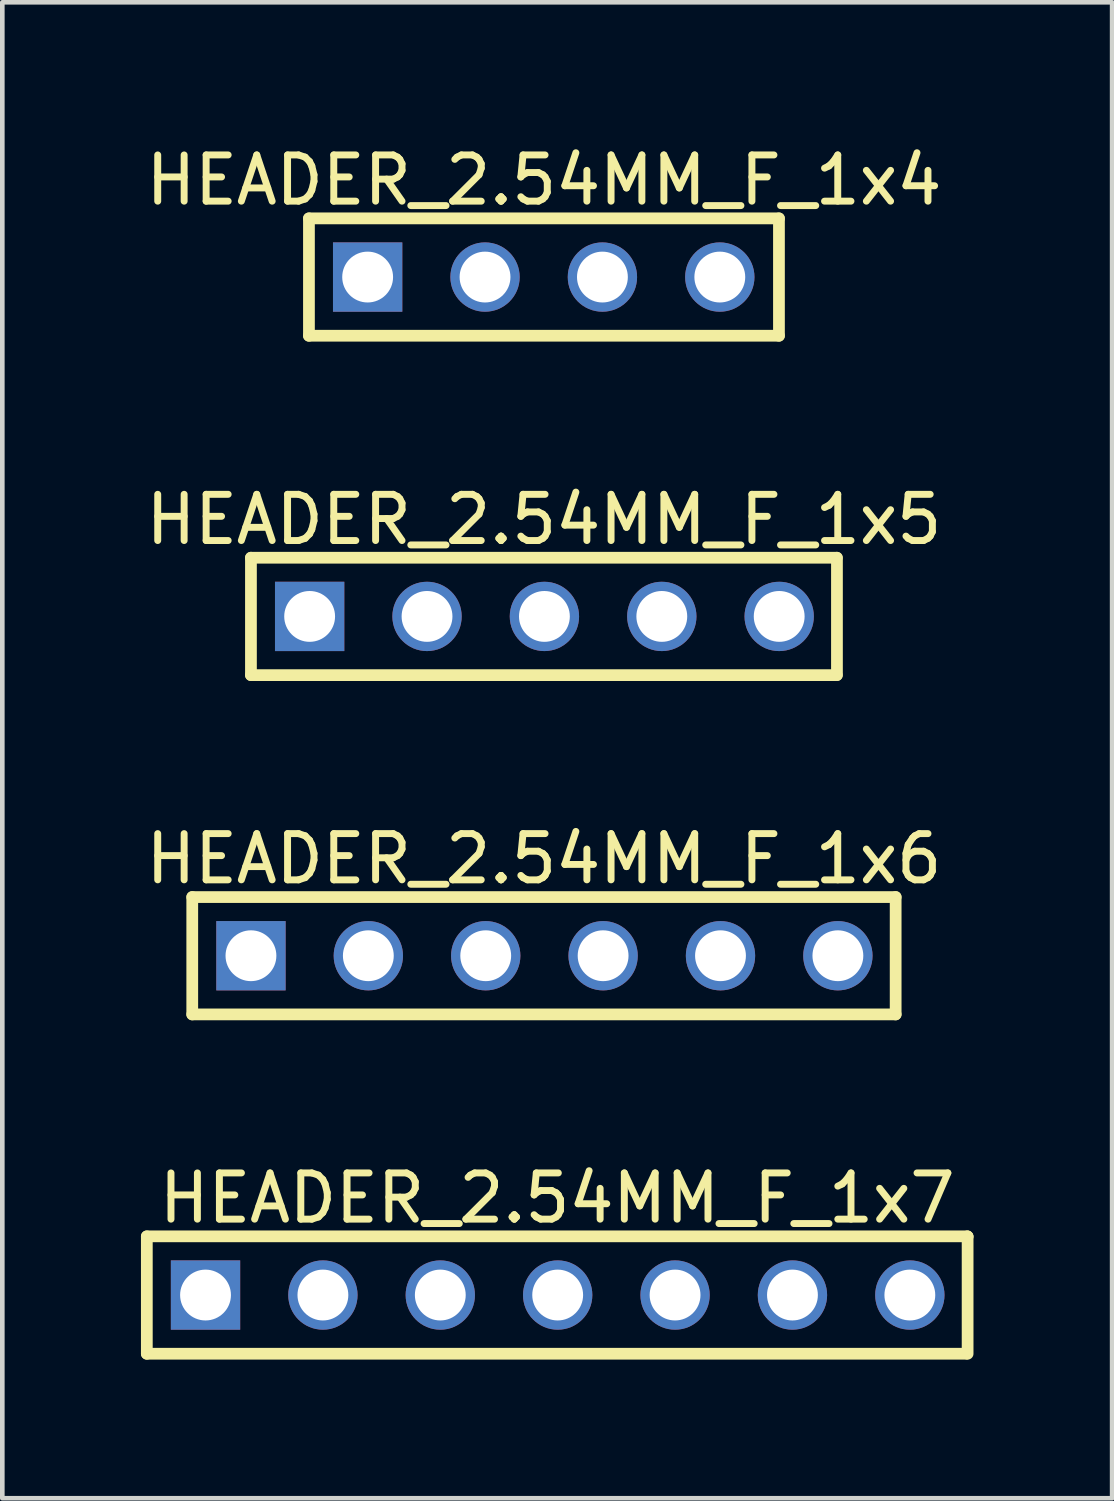
<source format=kicad_pcb>
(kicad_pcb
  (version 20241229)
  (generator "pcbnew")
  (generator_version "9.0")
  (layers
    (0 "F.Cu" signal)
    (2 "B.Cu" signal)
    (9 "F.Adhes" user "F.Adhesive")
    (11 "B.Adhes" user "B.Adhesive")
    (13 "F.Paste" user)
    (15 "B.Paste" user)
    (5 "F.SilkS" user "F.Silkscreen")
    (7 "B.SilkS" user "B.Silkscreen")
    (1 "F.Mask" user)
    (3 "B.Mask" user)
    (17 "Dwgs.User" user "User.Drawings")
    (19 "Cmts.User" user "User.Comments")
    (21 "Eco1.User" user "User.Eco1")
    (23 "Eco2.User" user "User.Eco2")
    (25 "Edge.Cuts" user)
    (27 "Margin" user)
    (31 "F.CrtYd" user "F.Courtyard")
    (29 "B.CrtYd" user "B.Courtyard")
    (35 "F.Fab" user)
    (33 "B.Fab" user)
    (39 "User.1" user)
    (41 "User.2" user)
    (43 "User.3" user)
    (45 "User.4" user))
  (footprint "HEADER_2.54MM_F_1x6"
    (layer "F.Cu")
    (at 8.73 17.63)
    (property "Reference" "HEADER_2.54MM_F_1x6" (at -0.01 -2.097 0) (layer "F.SilkS") (effects (font (size 1 1) (thickness 0.15))))
    (fp_line (start -7.62 -1.27) (end 7.6 -1.27) (stroke (width 0.254) (type solid)) (layer "F.SilkS"))
    (fp_line (start -7.62 1.27) (end -7.62 -1.27) (stroke (width 0.254) (type solid)) (layer "F.SilkS"))
    (fp_line (start -7.62 1.27) (end 7.6 1.27) (stroke (width 0.254) (type solid)) (layer "F.SilkS"))
    (fp_line (start 7.6 1.27) (end 7.6 -1.27) (stroke (width 0.254) (type solid)) (layer "F.SilkS"))
    (pad "1" thru_hole rect (at -6.35 0 270) (size 1.5 1.5) (drill 1.1) (layers "*.Cu" "*.Mask"))
    (pad "2" thru_hole circle (at -3.81 0 270) (size 1.5 1.5) (drill 1.1) (layers "*.Cu" "*.Mask"))
    (pad "3" thru_hole circle (at -1.27 0 270) (size 1.5 1.5) (drill 1.1) (layers "*.Cu" "*.Mask"))
    (pad "4" thru_hole circle (at 1.27 0 270) (size 1.5 1.5) (drill 1.1) (layers "*.Cu" "*.Mask"))
    (pad "5" thru_hole circle (at 3.81 0 270) (size 1.5 1.5) (drill 1.1) (layers "*.Cu" "*.Mask"))
    (pad "6" thru_hole circle (at 6.35 0 270) (size 1.5 1.5) (drill 1.1) (layers "*.Cu" "*.Mask")))
  (footprint "HEADER_2.54MM_F_1x5"
    (layer "F.Cu")
    (at 8.73 10.288)
    (property "Reference" "HEADER_2.54MM_F_1x5" (at -0.01 -2.097 0) (layer "F.SilkS") (effects (font (size 1 1) (thickness 0.15))))
    (fp_line (start -6.35 -1.27) (end 6.325 -1.27) (stroke (width 0.254) (type solid)) (layer "F.SilkS"))
    (fp_line (start -6.35 1.27) (end -6.35 -1.27) (stroke (width 0.254) (type solid)) (layer "F.SilkS"))
    (fp_line (start -6.35 1.27) (end 6.325 1.27) (stroke (width 0.254) (type solid)) (layer "F.SilkS"))
    (fp_line (start 6.33 1.27) (end 6.33 -1.27) (stroke (width 0.254) (type solid)) (layer "F.SilkS"))
    (pad "1" thru_hole rect (at -5.08 0 270) (size 1.5 1.5) (drill 1.1) (layers "*.Cu" "*.Mask"))
    (pad "2" thru_hole circle (at -2.54 0 270) (size 1.5 1.5) (drill 1.1) (layers "*.Cu" "*.Mask"))
    (pad "3" thru_hole circle (at 0 0 270) (size 1.5 1.5) (drill 1.1) (layers "*.Cu" "*.Mask"))
    (pad "4" thru_hole circle (at 2.54 0 270) (size 1.5 1.5) (drill 1.1) (layers "*.Cu" "*.Mask"))
    (pad "5" thru_hole circle (at 5.08 0 270) (size 1.5 1.5) (drill 1.1) (layers "*.Cu" "*.Mask")))
  (footprint "HEADER_2.54MM_F_1x7"
    (layer "F.Cu")
    (at 9.017 24.972)
    (property "Reference" "HEADER_2.54MM_F_1x7" (at -0.01 -2.097 0) (layer "F.SilkS") (effects (font (size 1 1) (thickness 0.15))))
    (fp_line (start -8.89 -1.27) (end 8.865 -1.27) (stroke (width 0.254) (type solid)) (layer "F.SilkS"))
    (fp_line (start -8.89 1.27) (end -8.89 -1.27) (stroke (width 0.254) (type solid)) (layer "F.SilkS"))
    (fp_line (start -8.89 1.27) (end 8.839 1.27) (stroke (width 0.254) (type solid)) (layer "F.SilkS"))
    (fp_line (start 8.865 -1.27) (end 8.87 -1.265) (stroke (width 0.254) (type solid)) (layer "F.SilkS"))
    (fp_line (start 8.87 1.27) (end 8.87 -1.265) (stroke (width 0.254) (type solid)) (layer "F.SilkS"))
    (pad "1" thru_hole rect (at -7.62 0 270) (size 1.5 1.5) (drill 1.1) (layers "*.Cu" "*.Mask"))
    (pad "2" thru_hole circle (at -5.08 0 270) (size 1.5 1.5) (drill 1.1) (layers "*.Cu" "*.Mask"))
    (pad "3" thru_hole circle (at -2.54 0 270) (size 1.5 1.5) (drill 1.1) (layers "*.Cu" "*.Mask"))
    (pad "4" thru_hole circle (at 0 0 270) (size 1.5 1.5) (drill 1.1) (layers "*.Cu" "*.Mask"))
    (pad "5" thru_hole circle (at 2.54 0 270) (size 1.5 1.5) (drill 1.1) (layers "*.Cu" "*.Mask"))
    (pad "6" thru_hole circle (at 5.08 0 270) (size 1.5 1.5) (drill 1.1) (layers "*.Cu" "*.Mask"))
    (pad "7" thru_hole circle (at 7.62 0 270) (size 1.5 1.5) (drill 1.1) (layers "*.Cu" "*.Mask")))
  (footprint "HEADER_2.54MM_F_1x4"
    (layer "F.Cu")
    (at 8.715 2.945)
    (property "Reference" "HEADER_2.54MM_F_1x4" (at 0.005 -2.097 0) (layer "F.SilkS") (effects (font (size 1 1) (thickness 0.15))))
    (fp_line (start -5.08 -1.27) (end 5.09 -1.27) (stroke (width 0.254) (type solid)) (layer "F.SilkS"))
    (fp_line (start -5.08 1.27) (end -5.08 -1.27) (stroke (width 0.254) (type solid)) (layer "F.SilkS"))
    (fp_line (start -5.08 1.27) (end 5.09 1.27) (stroke (width 0.254) (type solid)) (layer "F.SilkS"))
    (fp_line (start 5.09 1.27) (end 5.09 -1.27) (stroke (width 0.254) (type solid)) (layer "F.SilkS"))
    (pad "1" thru_hole rect (at -3.81 0 270) (size 1.5 1.5) (drill 1.1) (layers "*.Cu" "*.Mask"))
    (pad "2" thru_hole circle (at -1.27 0 270) (size 1.5 1.5) (drill 1.1) (layers "*.Cu" "*.Mask"))
    (pad "3" thru_hole circle (at 1.27 0 270) (size 1.5 1.5) (drill 1.1) (layers "*.Cu" "*.Mask"))
    (pad "4" thru_hole circle (at 3.81 0 270) (size 1.5 1.5) (drill 1.1) (layers "*.Cu" "*.Mask")))
  (gr_rect
    (start -3 -3)
    (end 21.014 29.369)
    (stroke (width 0.1) (type default))
    (fill no)
    (layer "Edge.Cuts")))
</source>
